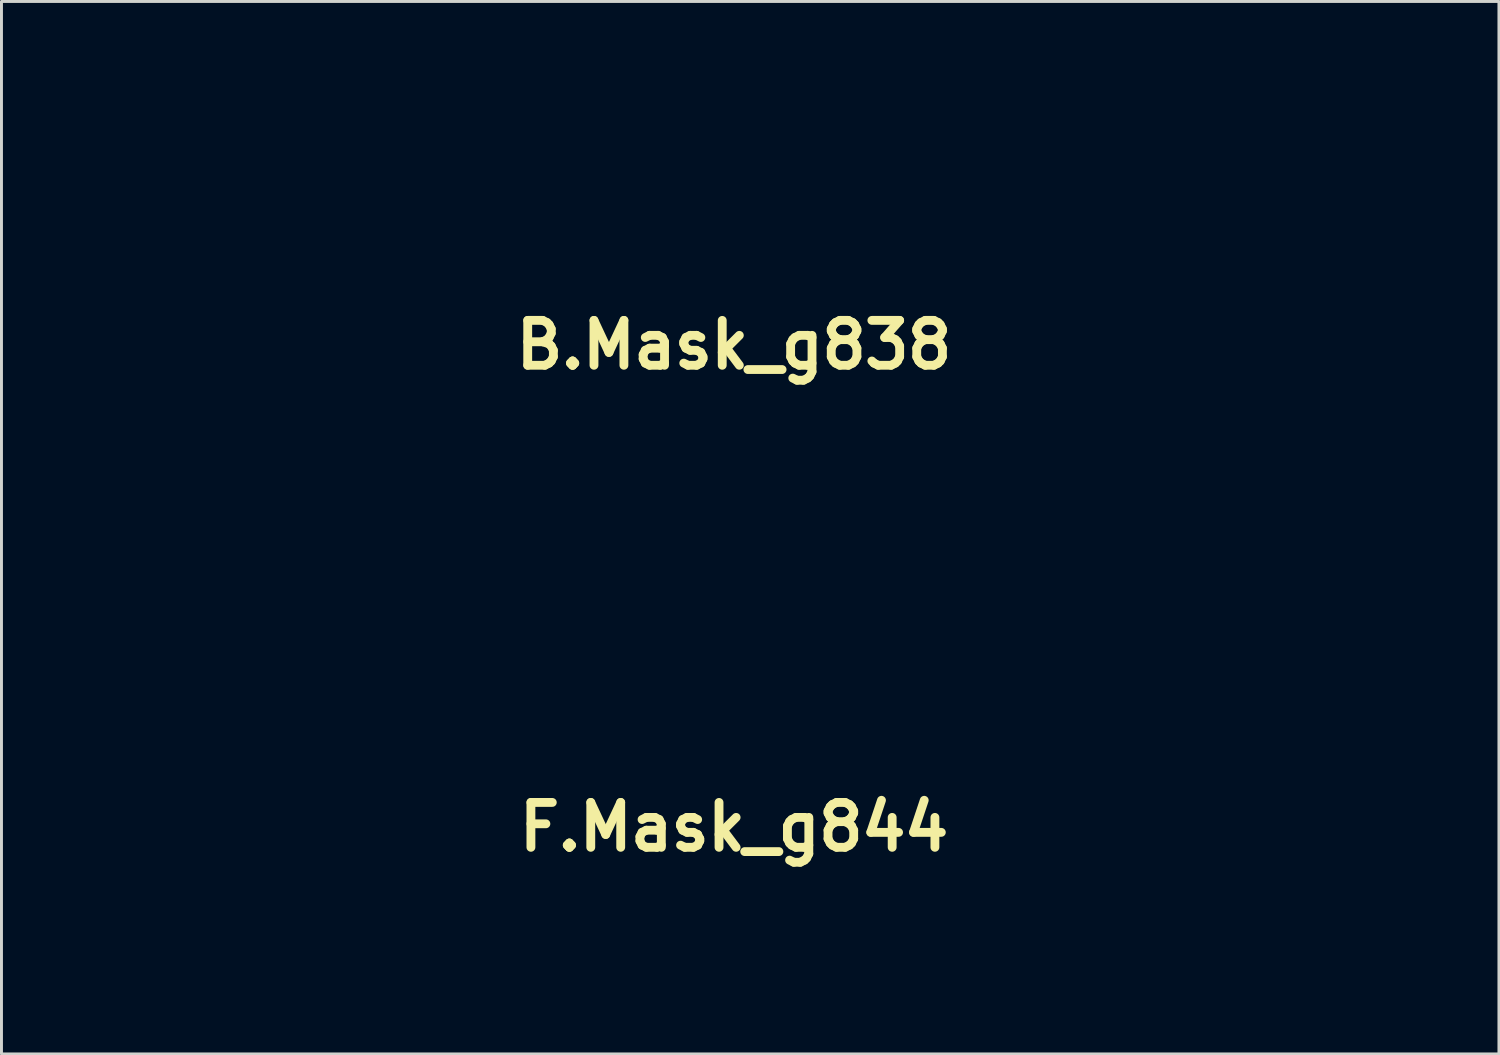
<source format=kicad_pcb>
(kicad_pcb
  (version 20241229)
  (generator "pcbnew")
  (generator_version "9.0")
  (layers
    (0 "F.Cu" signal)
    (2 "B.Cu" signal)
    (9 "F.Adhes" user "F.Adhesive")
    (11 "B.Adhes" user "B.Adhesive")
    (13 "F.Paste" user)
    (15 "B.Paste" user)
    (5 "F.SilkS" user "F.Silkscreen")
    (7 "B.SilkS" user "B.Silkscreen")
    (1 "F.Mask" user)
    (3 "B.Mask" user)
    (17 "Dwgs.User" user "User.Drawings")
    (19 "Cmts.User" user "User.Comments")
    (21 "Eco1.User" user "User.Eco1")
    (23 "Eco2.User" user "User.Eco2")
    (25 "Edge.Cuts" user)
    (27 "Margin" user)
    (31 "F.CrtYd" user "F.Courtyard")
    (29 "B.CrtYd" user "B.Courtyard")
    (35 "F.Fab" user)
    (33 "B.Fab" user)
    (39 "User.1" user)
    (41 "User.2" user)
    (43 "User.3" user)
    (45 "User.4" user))
  (footprint "F.Mask_g844"
    (layer "F.Cu")
    (at 21.87 25.028)
    (property "Reference" "F.Mask_g844" (at 0 0 0) (layer "F.SilkS") (effects (font (size 1.524 1.524) (thickness 0.3))))
    (attr through_hole)
    (fp_poly (pts (xy -0.296 3.175) (xy 2.709 3.175) (xy 2.709 4.699) (xy -1.82 4.699) (xy -1.82 -1.333) (xy -0.296 -1.333) (xy -0.296 3.175)) (stroke (width 0.01) (type solid)) (fill yes) (layer "F.Mask"))
    (fp_poly (pts (xy 4.297 -7.133) (xy 2.032 -7.133) (xy 2.032 -2.625) (xy 0.508 -2.625) (xy 0.508 -7.133) (xy -1.736 -7.133) (xy -1.736 -8.657) (xy 4.297 -8.657) (xy 4.297 -7.133)) (stroke (width 0.01) (type solid)) (fill yes) (layer "F.Mask"))
    (fp_poly (pts (xy 21.569 -7.133) (xy 18.563 -7.133) (xy 18.563 -6.413) (xy 20.807 -6.413) (xy 20.807 -4.889) (xy 18.563 -4.889) (xy 18.563 -4.149) (xy 21.569 -4.149) (xy 21.569 -2.625) (xy 17.039 -2.625) (xy 17.039 -8.657) (xy 21.569 -8.657) (xy 21.569 -7.133)) (stroke (width 0.01) (type solid)) (fill yes) (layer "F.Mask"))
    (fp_poly (pts (xy 12.552 -6.413) (xy 13.293 -6.413) (xy 13.293 -4.149) (xy 14.034 -4.149) (xy 14.034 -6.413) (xy 14.774 -6.413) (xy 14.774 -8.657) (xy 16.298 -8.657) (xy 16.298 -6.392) (xy 15.557 -6.392) (xy 15.557 -4.128) (xy 14.796 -4.128) (xy 14.796 -2.625) (xy 12.531 -2.625) (xy 12.531 -4.128) (xy 11.769 -4.128) (xy 11.769 -6.392) (xy 11.028 -6.392) (xy 11.028 -8.657) (xy 12.552 -8.657) (xy 12.552 -6.413)) (stroke (width 0.01) (type solid)) (fill yes) (layer "F.Mask"))
    (fp_poly (pts (xy 22.966 0.191) (xy 17.716 0.191) (xy 17.716 0.931) (xy 19.96 0.931) (xy 19.96 1.672) (xy 22.225 1.672) (xy 22.225 3.196) (xy 21.463 3.196) (xy 21.463 3.958) (xy 19.96 3.958) (xy 19.96 4.699) (xy 15.452 4.699) (xy 15.452 3.175) (xy 19.939 3.175) (xy 19.939 2.455) (xy 17.695 2.455) (xy 17.695 1.693) (xy 16.192 1.693) (xy 16.192 -0.572) (xy 17.695 -0.572) (xy 17.695 -1.333) (xy 22.966 -1.333) (xy 22.966 0.191)) (stroke (width 0.01) (type solid)) (fill yes) (layer "F.Mask"))
    (fp_poly (pts (xy 7.197 0.169) (xy 7.959 0.169) (xy 7.959 2.434) (xy 8.7 2.434) (xy 8.7 4.699) (xy 7.176 4.699) (xy 7.176 2.455) (xy 4.953 2.455) (xy 4.953 4.699) (xy 3.429 4.699) (xy 3.429 2.434) (xy 4.191 2.434) (xy 4.191 0.191) (xy 5.694 0.191) (xy 5.694 1.672) (xy 6.435 1.672) (xy 6.435 0.191) (xy 5.694 0.191) (xy 4.191 0.191) (xy 4.191 0.169) (xy 4.932 0.169) (xy 4.932 -1.333) (xy 7.197 -1.333) (xy 7.197 0.169)) (stroke (width 0.01) (type solid)) (fill yes) (layer "F.Mask"))
    (fp_poly (pts (xy 8.805 -7.916) (xy 9.546 -7.916) (xy 9.546 -6.392) (xy 8.805 -6.392) (xy 8.805 -4.911) (xy 9.546 -4.911) (xy 9.546 -4.149) (xy 10.308 -4.149) (xy 10.308 -2.625) (xy 8.784 -2.625) (xy 8.784 -3.387) (xy 8.022 -3.387) (xy 8.022 -4.128) (xy 7.281 -4.128) (xy 7.281 -4.889) (xy 6.54 -4.889) (xy 6.54 -2.625) (xy 5.016 -2.625) (xy 5.016 -7.895) (xy 6.54 -7.895) (xy 6.54 -5.652) (xy 7.281 -5.652) (xy 7.281 -6.413) (xy 8.022 -6.413) (xy 8.022 -7.133) (xy 7.281 -7.133) (xy 7.281 -7.895) (xy 6.54 -7.895) (xy 5.016 -7.895) (xy 5.016 -8.657) (xy 8.805 -8.657) (xy 8.805 -7.916)) (stroke (width 0.01) (type solid)) (fill yes) (layer "F.Mask"))
    (fp_poly (pts (xy 13.208 -0.572) (xy 13.97 -0.572) (xy 13.97 0.953) (xy 13.208 0.953) (xy 13.208 1.672) (xy 13.97 1.672) (xy 13.97 2.434) (xy 14.711 2.434) (xy 14.711 3.958) (xy 13.97 3.958) (xy 13.97 4.699) (xy 9.44 4.699) (xy 9.44 1.693) (xy 10.964 1.693) (xy 10.964 3.937) (xy 12.446 3.937) (xy 12.446 3.175) (xy 13.187 3.175) (xy 13.187 2.455) (xy 12.446 2.455) (xy 12.446 1.693) (xy 10.964 1.693) (xy 9.44 1.693) (xy 9.44 -0.55) (xy 10.964 -0.55) (xy 10.964 0.931) (xy 12.446 0.931) (xy 12.446 0.191) (xy 11.684 0.191) (xy 11.684 -0.55) (xy 10.964 -0.55) (xy 9.44 -0.55) (xy 9.44 -1.333) (xy 13.208 -1.333) (xy 13.208 -0.572)) (stroke (width 0.01) (type solid)) (fill yes) (layer "F.Mask"))
    (fp_poly (pts (xy -14.796 -7.874) (xy -13.61 -7.874) (xy -13.61 -7.493) (xy -8.89 -7.493) (xy -8.89 -7.091) (xy -5.757 -7.091) (xy -5.757 -6.71) (xy -4.191 -6.71) (xy -4.191 -6.308) (xy -3.789 -6.308) (xy -3.789 -5.905) (xy -3.387 -5.905) (xy -3.387 -5.122) (xy -3.006 -5.122) (xy -3.006 -3.154) (xy -3.789 -3.154) (xy -3.789 -2.752) (xy -4.572 -2.752) (xy -4.572 -2.349) (xy -5.355 -2.349) (xy -5.355 -1.968) (xy -6.54 -1.968) (xy -6.54 -1.566) (xy -7.345 -1.566) (xy -7.345 -1.968) (xy -8.509 -1.968) (xy -8.509 -1.566) (xy -9.313 -1.566) (xy -9.313 -1.968) (xy -10.097 -1.968) (xy -10.097 -2.349) (xy -11.642 -2.349) (xy -11.642 -1.968) (xy -13.61 -1.968) (xy -13.61 -1.185) (xy -13.991 -1.185) (xy -13.991 -0.423) (xy -13.61 -0.423) (xy -13.61 -0.021) (xy -12.044 -0.021) (xy -12.044 0.762) (xy -11.261 0.762) (xy -11.261 1.545) (xy -10.456 1.545) (xy -10.456 1.947) (xy -9.694 1.947) (xy -9.694 1.545) (xy -8.89 1.545) (xy -8.89 1.947) (xy -5.757 1.947) (xy -5.757 2.328) (xy -4.995 2.328) (xy -4.995 1.947) (xy -4.191 1.947) (xy -4.191 3.916) (xy -4.974 3.916) (xy -4.974 4.699) (xy -14.796 4.699) (xy -14.796 4.318) (xy -15.6 4.318) (xy -15.6 3.916) (xy -16.383 3.916) (xy -16.383 3.535) (xy -17.166 3.535) (xy -17.166 2.752) (xy -17.949 2.752) (xy -17.949 2.349) (xy -18.733 2.349) (xy -18.733 1.566) (xy -19.516 1.566) (xy -19.516 1.164) (xy -20.299 1.164) (xy -20.299 0.783) (xy -21.082 0.783) (xy -21.082 -0.804) (xy -20.299 -0.804) (xy -20.299 -1.587) (xy -19.516 -1.587) (xy -19.516 -3.154) (xy -21.082 -3.154) (xy -21.082 -3.535) (xy -21.865 -3.535) (xy -21.865 -5.524) (xy -21.082 -5.524) (xy -21.082 -6.308) (xy -20.299 -6.308) (xy -20.299 -6.689) (xy -16.362 -6.689) (xy -16.362 -5.905) (xy -15.579 -5.905) (xy -15.579 -5.122) (xy -14.796 -5.122) (xy -14.796 -3.958) (xy -14.012 -3.958) (xy -14.012 -4.339) (xy -13.631 -4.339) (xy -13.631 -5.101) (xy -14.012 -5.101) (xy -14.012 -5.503) (xy -14.415 -5.503) (xy -14.415 -6.287) (xy -14.796 -6.287) (xy -14.796 -6.689) (xy -13.61 -6.689) (xy -13.61 -6.308) (xy -13.208 -6.308) (xy -13.208 -5.905) (xy -12.827 -5.905) (xy -12.827 -3.958) (xy -12.425 -3.958) (xy -12.425 -3.556) (xy -10.097 -3.556) (xy -10.097 -3.958) (xy -9.694 -3.958) (xy -9.694 -5.884) (xy -10.097 -5.884) (xy -10.097 -6.287) (xy -6.138 -6.287) (xy -6.138 -5.524) (xy -5.355 -5.524) (xy -5.355 -5.122) (xy -4.572 -5.122) (xy -4.572 -4.741) (xy -3.81 -4.741) (xy -3.81 -5.101) (xy -4.212 -5.101) (xy -4.212 -5.503) (xy -4.593 -5.503) (xy -4.593 -5.884) (xy -5.779 -5.884) (xy -5.779 -6.287) (xy -6.138 -6.287) (xy -10.097 -6.287) (xy -11.663 -6.287) (xy -11.663 -6.689) (xy -13.61 -6.689) (xy -14.796 -6.689) (xy -16.362 -6.689) (xy -20.299 -6.689) (xy -20.299 -7.091) (xy -19.516 -7.091) (xy -19.516 -8.276) (xy -18.309 -8.276) (xy -18.309 -7.874) (xy -17.547 -7.874) (xy -17.547 -8.657) (xy -14.796 -8.657) (xy -14.796 -7.874)) (stroke (width 0.01) (type solid)) (fill yes) (layer "F.Mask")))
  (footprint "B.Mask_g838"
    (layer "F.Cu")
    (at 21.87 8.662)
    (property "Reference" "B.Mask_g838" (at 0 0 0) (layer "F.SilkS") (effects (font (size 1.524 1.524) (thickness 0.3))))
    (attr through_hole)
    (fp_poly (pts (xy -0.296 3.175) (xy 2.709 3.175) (xy 2.709 4.699) (xy -1.82 4.699) (xy -1.82 -1.333) (xy -0.296 -1.333) (xy -0.296 3.175)) (stroke (width 0.01) (type solid)) (fill yes) (layer "B.Mask"))
    (fp_poly (pts (xy 4.297 -7.133) (xy 2.032 -7.133) (xy 2.032 -2.625) (xy 0.508 -2.625) (xy 0.508 -7.133) (xy -1.736 -7.133) (xy -1.736 -8.657) (xy 4.297 -8.657) (xy 4.297 -7.133)) (stroke (width 0.01) (type solid)) (fill yes) (layer "B.Mask"))
    (fp_poly (pts (xy 21.569 -7.133) (xy 18.563 -7.133) (xy 18.563 -6.413) (xy 20.807 -6.413) (xy 20.807 -4.889) (xy 18.563 -4.889) (xy 18.563 -4.149) (xy 21.569 -4.149) (xy 21.569 -2.625) (xy 17.039 -2.625) (xy 17.039 -8.657) (xy 21.569 -8.657) (xy 21.569 -7.133)) (stroke (width 0.01) (type solid)) (fill yes) (layer "B.Mask"))
    (fp_poly (pts (xy 12.552 -6.413) (xy 13.293 -6.413) (xy 13.293 -4.149) (xy 14.034 -4.149) (xy 14.034 -6.413) (xy 14.774 -6.413) (xy 14.774 -8.657) (xy 16.298 -8.657) (xy 16.298 -6.392) (xy 15.557 -6.392) (xy 15.557 -4.128) (xy 14.796 -4.128) (xy 14.796 -2.625) (xy 12.531 -2.625) (xy 12.531 -4.128) (xy 11.769 -4.128) (xy 11.769 -6.392) (xy 11.028 -6.392) (xy 11.028 -8.657) (xy 12.552 -8.657) (xy 12.552 -6.413)) (stroke (width 0.01) (type solid)) (fill yes) (layer "B.Mask"))
    (fp_poly (pts (xy 22.966 0.191) (xy 17.716 0.191) (xy 17.716 0.931) (xy 19.96 0.931) (xy 19.96 1.672) (xy 22.225 1.672) (xy 22.225 3.196) (xy 21.463 3.196) (xy 21.463 3.958) (xy 19.96 3.958) (xy 19.96 4.699) (xy 15.452 4.699) (xy 15.452 3.175) (xy 19.939 3.175) (xy 19.939 2.455) (xy 17.695 2.455) (xy 17.695 1.693) (xy 16.192 1.693) (xy 16.192 -0.572) (xy 17.695 -0.572) (xy 17.695 -1.333) (xy 22.966 -1.333) (xy 22.966 0.191)) (stroke (width 0.01) (type solid)) (fill yes) (layer "B.Mask"))
    (fp_poly (pts (xy 7.197 0.169) (xy 7.959 0.169) (xy 7.959 2.434) (xy 8.7 2.434) (xy 8.7 4.699) (xy 7.176 4.699) (xy 7.176 2.455) (xy 4.953 2.455) (xy 4.953 4.699) (xy 3.429 4.699) (xy 3.429 2.434) (xy 4.191 2.434) (xy 4.191 0.191) (xy 5.694 0.191) (xy 5.694 1.672) (xy 6.435 1.672) (xy 6.435 0.191) (xy 5.694 0.191) (xy 4.191 0.191) (xy 4.191 0.169) (xy 4.932 0.169) (xy 4.932 -1.333) (xy 7.197 -1.333) (xy 7.197 0.169)) (stroke (width 0.01) (type solid)) (fill yes) (layer "B.Mask"))
    (fp_poly (pts (xy 8.805 -7.916) (xy 9.546 -7.916) (xy 9.546 -6.392) (xy 8.805 -6.392) (xy 8.805 -4.911) (xy 9.546 -4.911) (xy 9.546 -4.149) (xy 10.308 -4.149) (xy 10.308 -2.625) (xy 8.784 -2.625) (xy 8.784 -3.387) (xy 8.022 -3.387) (xy 8.022 -4.128) (xy 7.281 -4.128) (xy 7.281 -4.889) (xy 6.54 -4.889) (xy 6.54 -2.625) (xy 5.016 -2.625) (xy 5.016 -7.895) (xy 6.54 -7.895) (xy 6.54 -5.652) (xy 7.281 -5.652) (xy 7.281 -6.413) (xy 8.022 -6.413) (xy 8.022 -7.133) (xy 7.281 -7.133) (xy 7.281 -7.895) (xy 6.54 -7.895) (xy 5.016 -7.895) (xy 5.016 -8.657) (xy 8.805 -8.657) (xy 8.805 -7.916)) (stroke (width 0.01) (type solid)) (fill yes) (layer "B.Mask"))
    (fp_poly (pts (xy 13.208 -0.572) (xy 13.97 -0.572) (xy 13.97 0.953) (xy 13.208 0.953) (xy 13.208 1.672) (xy 13.97 1.672) (xy 13.97 2.434) (xy 14.711 2.434) (xy 14.711 3.958) (xy 13.97 3.958) (xy 13.97 4.699) (xy 9.44 4.699) (xy 9.44 1.693) (xy 10.964 1.693) (xy 10.964 3.937) (xy 12.446 3.937) (xy 12.446 3.175) (xy 13.187 3.175) (xy 13.187 2.455) (xy 12.446 2.455) (xy 12.446 1.693) (xy 10.964 1.693) (xy 9.44 1.693) (xy 9.44 -0.55) (xy 10.964 -0.55) (xy 10.964 0.931) (xy 12.446 0.931) (xy 12.446 0.191) (xy 11.684 0.191) (xy 11.684 -0.55) (xy 10.964 -0.55) (xy 9.44 -0.55) (xy 9.44 -1.333) (xy 13.208 -1.333) (xy 13.208 -0.572)) (stroke (width 0.01) (type solid)) (fill yes) (layer "B.Mask"))
    (fp_poly (pts (xy -14.796 -7.874) (xy -13.61 -7.874) (xy -13.61 -7.493) (xy -8.89 -7.493) (xy -8.89 -7.091) (xy -5.757 -7.091) (xy -5.757 -6.71) (xy -4.191 -6.71) (xy -4.191 -6.308) (xy -3.789 -6.308) (xy -3.789 -5.905) (xy -3.387 -5.905) (xy -3.387 -5.122) (xy -3.006 -5.122) (xy -3.006 -3.154) (xy -3.789 -3.154) (xy -3.789 -2.752) (xy -4.572 -2.752) (xy -4.572 -2.349) (xy -5.355 -2.349) (xy -5.355 -1.968) (xy -6.54 -1.968) (xy -6.54 -1.566) (xy -7.345 -1.566) (xy -7.345 -1.968) (xy -8.509 -1.968) (xy -8.509 -1.566) (xy -9.313 -1.566) (xy -9.313 -1.968) (xy -10.097 -1.968) (xy -10.097 -2.349) (xy -11.642 -2.349) (xy -11.642 -1.968) (xy -13.61 -1.968) (xy -13.61 -1.185) (xy -13.991 -1.185) (xy -13.991 -0.423) (xy -13.61 -0.423) (xy -13.61 -0.021) (xy -12.044 -0.021) (xy -12.044 0.762) (xy -11.261 0.762) (xy -11.261 1.545) (xy -10.456 1.545) (xy -10.456 1.947) (xy -9.694 1.947) (xy -9.694 1.545) (xy -8.89 1.545) (xy -8.89 1.947) (xy -5.757 1.947) (xy -5.757 2.328) (xy -4.995 2.328) (xy -4.995 1.947) (xy -4.191 1.947) (xy -4.191 3.916) (xy -4.974 3.916) (xy -4.974 4.699) (xy -14.796 4.699) (xy -14.796 4.318) (xy -15.6 4.318) (xy -15.6 3.916) (xy -16.383 3.916) (xy -16.383 3.535) (xy -17.166 3.535) (xy -17.166 2.752) (xy -17.949 2.752) (xy -17.949 2.349) (xy -18.733 2.349) (xy -18.733 1.566) (xy -19.516 1.566) (xy -19.516 1.164) (xy -20.299 1.164) (xy -20.299 0.783) (xy -21.082 0.783) (xy -21.082 -0.804) (xy -20.299 -0.804) (xy -20.299 -1.587) (xy -19.516 -1.587) (xy -19.516 -3.154) (xy -21.082 -3.154) (xy -21.082 -3.535) (xy -21.865 -3.535) (xy -21.865 -5.524) (xy -21.082 -5.524) (xy -21.082 -6.308) (xy -20.299 -6.308) (xy -20.299 -6.689) (xy -16.362 -6.689) (xy -16.362 -5.905) (xy -15.579 -5.905) (xy -15.579 -5.122) (xy -14.796 -5.122) (xy -14.796 -3.958) (xy -14.012 -3.958) (xy -14.012 -4.339) (xy -13.631 -4.339) (xy -13.631 -5.101) (xy -14.012 -5.101) (xy -14.012 -5.503) (xy -14.415 -5.503) (xy -14.415 -6.287) (xy -14.796 -6.287) (xy -14.796 -6.689) (xy -13.61 -6.689) (xy -13.61 -6.308) (xy -13.208 -6.308) (xy -13.208 -5.905) (xy -12.827 -5.905) (xy -12.827 -3.958) (xy -12.425 -3.958) (xy -12.425 -3.556) (xy -10.097 -3.556) (xy -10.097 -3.958) (xy -9.694 -3.958) (xy -9.694 -5.884) (xy -10.097 -5.884) (xy -10.097 -6.287) (xy -6.138 -6.287) (xy -6.138 -5.524) (xy -5.355 -5.524) (xy -5.355 -5.122) (xy -4.572 -5.122) (xy -4.572 -4.741) (xy -3.81 -4.741) (xy -3.81 -5.101) (xy -4.212 -5.101) (xy -4.212 -5.503) (xy -4.593 -5.503) (xy -4.593 -5.884) (xy -5.779 -5.884) (xy -5.779 -6.287) (xy -6.138 -6.287) (xy -10.097 -6.287) (xy -11.663 -6.287) (xy -11.663 -6.689) (xy -13.61 -6.689) (xy -14.796 -6.689) (xy -16.362 -6.689) (xy -20.299 -6.689) (xy -20.299 -7.091) (xy -19.516 -7.091) (xy -19.516 -8.276) (xy -18.309 -8.276) (xy -18.309 -7.874) (xy -17.547 -7.874) (xy -17.547 -8.657) (xy -14.796 -8.657) (xy -14.796 -7.874)) (stroke (width 0.01) (type solid)) (fill yes) (layer "B.Mask")))
  (gr_rect
    (start -3 -3)
    (end 47.841 32.732)
    (stroke (width 0.1) (type default))
    (fill no)
    (layer "Edge.Cuts")))
</source>
